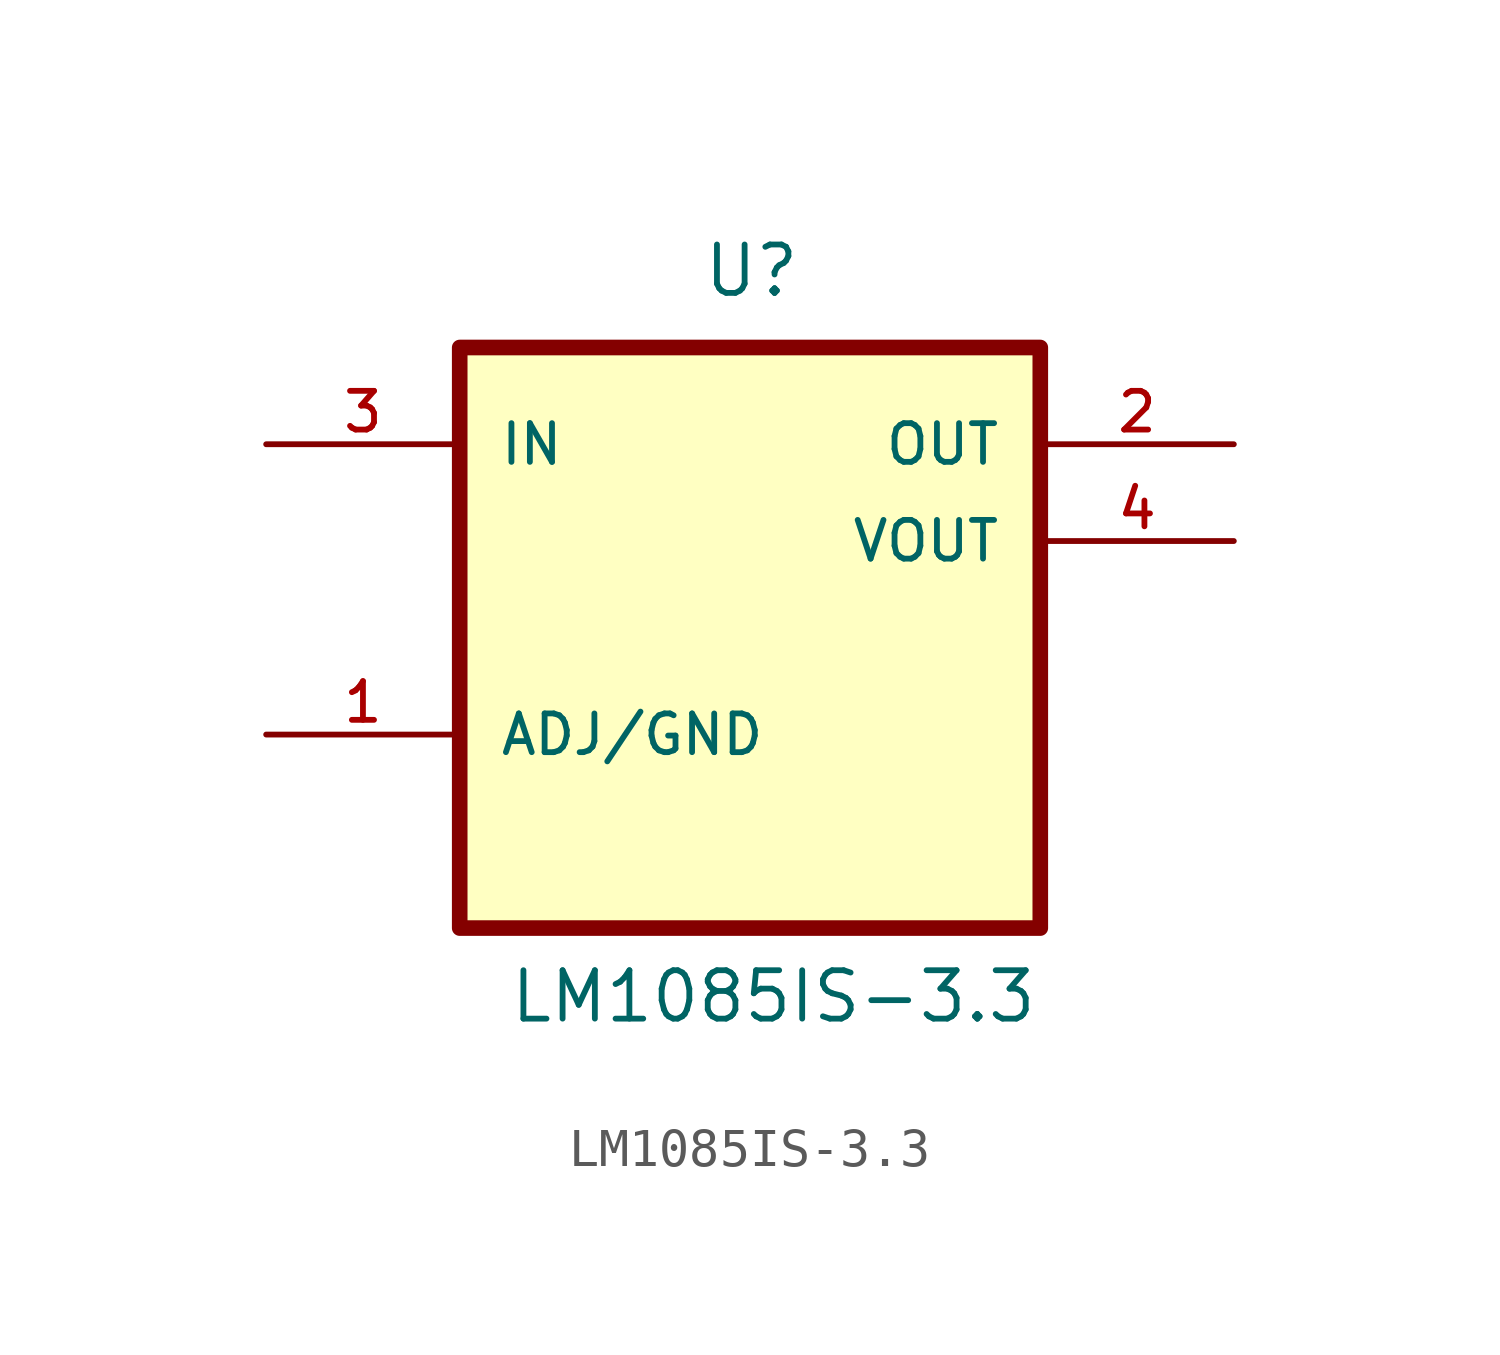
<source format=kicad_sym>
(kicad_symbol_lib
  (version 20220914)
  (generator kicad_symbol_editor)
  (symbol "LM1085IS-3.3"
    (pin_names
      (offset 1.016))
    (property "Reference" "U"
      (at -1.27 8.89 0)
      (effects (font (size 1.27 1.27)) (justify left bottom)))
    (property "Value" "LM1085IS-3.3"
      (at -6.35 -10.16 0)
      (effects (font (size 1.27 1.27)) (justify left bottom)))
    (symbol "LM1085IS-3.3_0_0"
      (rectangle (start -7.62 7.62) (end 7.62 -7.62) (stroke (width 0.41) (type default)) (fill (type background)))
      (pin bidirectional line (at -12.7 -2.54 0) (length 5.08) (name "ADJ/GND" (effects (font (size 1.016 1.016)))) (number "1" (effects (font (size 1.016 1.016)))))
      (pin output line (at 12.7 5.08 180) (length 5.08) (name "OUT" (effects (font (size 1.016 1.016)))) (number "2" (effects (font (size 1.016 1.016)))))
      (pin input line (at -12.7 5.08 0) (length 5.08) (name "IN" (effects (font (size 1.016 1.016)))) (number "3" (effects (font (size 1.016 1.016)))))
      (pin output line (at 12.7 2.54 180) (length 5.08) (name "VOUT" (effects (font (size 1.016 1.016)))) (number "4" (effects (font (size 1.016 1.016))))))))
</source>
